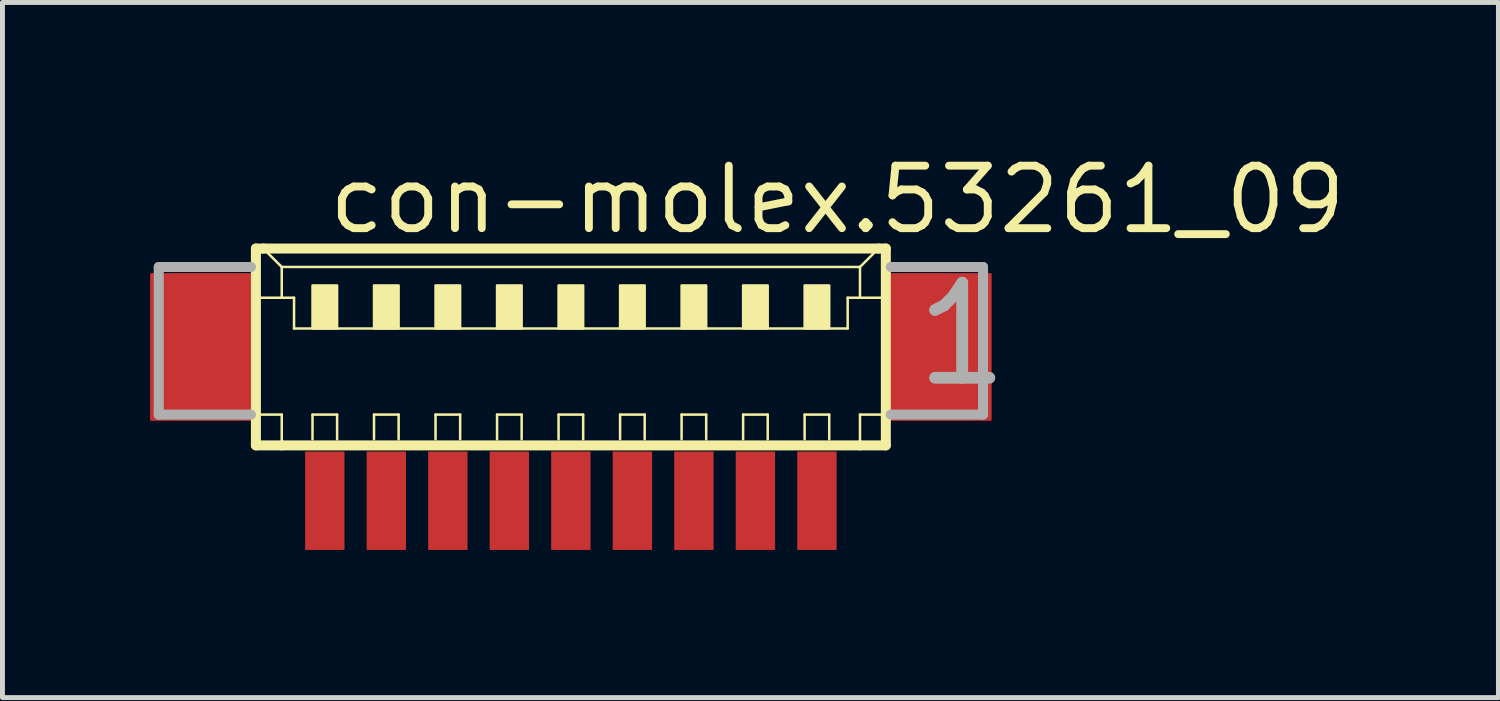
<source format=kicad_pcb>
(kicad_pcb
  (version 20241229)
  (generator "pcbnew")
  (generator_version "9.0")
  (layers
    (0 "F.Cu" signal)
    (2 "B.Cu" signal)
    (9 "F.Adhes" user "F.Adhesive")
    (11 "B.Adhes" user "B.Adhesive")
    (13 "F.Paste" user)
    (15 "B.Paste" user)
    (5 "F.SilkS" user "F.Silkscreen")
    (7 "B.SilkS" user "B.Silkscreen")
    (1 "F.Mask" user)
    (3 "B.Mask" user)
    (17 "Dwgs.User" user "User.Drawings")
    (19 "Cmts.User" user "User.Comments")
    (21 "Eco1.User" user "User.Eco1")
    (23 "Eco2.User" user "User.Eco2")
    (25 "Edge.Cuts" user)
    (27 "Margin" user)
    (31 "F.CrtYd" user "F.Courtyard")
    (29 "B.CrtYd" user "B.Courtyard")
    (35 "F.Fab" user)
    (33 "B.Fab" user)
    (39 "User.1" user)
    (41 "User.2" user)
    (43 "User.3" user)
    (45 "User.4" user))
  (footprint "con-molex.53261_09"
    (layer "F.Cu")
    (at 8.55 4.625)
    (property "Reference" "con-molex.53261_09" (at -5 -2.875 0) (layer "F.SilkS") (effects (font (size 1.27 1.27) (thickness 0.16)) (justify left bottom)))
    (attr smd)
    (fp_line (start -6.4 -2.625) (end -6.4 1.375) (stroke (width 0.203) (type default)) (layer "F.SilkS"))
    (fp_line (start -6.4 1.375) (end -5.875 1.375) (stroke (width 0.203) (type default)) (layer "F.SilkS"))
    (fp_line (start -6.375 -1.625) (end -5.875 -1.625) (stroke (width 0.051) (type default)) (layer "F.SilkS"))
    (fp_line (start -6.375 0.75) (end -5.875 0.75) (stroke (width 0.051) (type default)) (layer "F.SilkS"))
    (fp_line (start -6.25 -2.625) (end -6.4 -2.625) (stroke (width 0.203) (type default)) (layer "F.SilkS"))
    (fp_line (start -5.875 -2.25) (end -6.25 -2.625) (stroke (width 0.051) (type default)) (layer "F.SilkS"))
    (fp_line (start -5.875 -2.25) (end 5.875 -2.25) (stroke (width 0.051) (type default)) (layer "F.SilkS"))
    (fp_line (start -5.875 -1.625) (end -5.875 -2.25) (stroke (width 0.051) (type default)) (layer "F.SilkS"))
    (fp_line (start -5.875 -1.625) (end -5.625 -1.625) (stroke (width 0.051) (type default)) (layer "F.SilkS"))
    (fp_line (start -5.875 0.75) (end -5.875 1.375) (stroke (width 0.051) (type default)) (layer "F.SilkS"))
    (fp_line (start -5.875 1.375) (end 5.875 1.375) (stroke (width 0.203) (type default)) (layer "F.SilkS"))
    (fp_line (start -5.625 -1.625) (end -5.625 -1) (stroke (width 0.051) (type default)) (layer "F.SilkS"))
    (fp_line (start -5.625 -1) (end 5.625 -1) (stroke (width 0.051) (type default)) (layer "F.SilkS"))
    (fp_line (start -5.25 0.75) (end -4.75 0.75) (stroke (width 0.051) (type default)) (layer "F.SilkS"))
    (fp_line (start -5.25 1.25) (end -5.25 0.75) (stroke (width 0.051) (type default)) (layer "F.SilkS"))
    (fp_line (start -4.75 0.75) (end -4.75 1.25) (stroke (width 0.051) (type default)) (layer "F.SilkS"))
    (fp_line (start -4 0.75) (end -3.5 0.75) (stroke (width 0.051) (type default)) (layer "F.SilkS"))
    (fp_line (start -4 1.25) (end -4 0.75) (stroke (width 0.051) (type default)) (layer "F.SilkS"))
    (fp_line (start -3.5 0.75) (end -3.5 1.25) (stroke (width 0.051) (type default)) (layer "F.SilkS"))
    (fp_line (start -2.75 0.75) (end -2.25 0.75) (stroke (width 0.051) (type default)) (layer "F.SilkS"))
    (fp_line (start -2.75 1.25) (end -2.75 0.75) (stroke (width 0.051) (type default)) (layer "F.SilkS"))
    (fp_line (start -2.25 0.75) (end -2.25 1.25) (stroke (width 0.051) (type default)) (layer "F.SilkS"))
    (fp_line (start -1.5 0.75) (end -1 0.75) (stroke (width 0.051) (type default)) (layer "F.SilkS"))
    (fp_line (start -1.5 1.25) (end -1.5 0.75) (stroke (width 0.051) (type default)) (layer "F.SilkS"))
    (fp_line (start -1 0.75) (end -1 1.25) (stroke (width 0.051) (type default)) (layer "F.SilkS"))
    (fp_line (start -0.25 0.75) (end 0.25 0.75) (stroke (width 0.051) (type default)) (layer "F.SilkS"))
    (fp_line (start -0.25 1.25) (end -0.25 0.75) (stroke (width 0.051) (type default)) (layer "F.SilkS"))
    (fp_line (start 0.25 0.75) (end 0.25 1.25) (stroke (width 0.051) (type default)) (layer "F.SilkS"))
    (fp_line (start 1 0.75) (end 1.5 0.75) (stroke (width 0.051) (type default)) (layer "F.SilkS"))
    (fp_line (start 1 1.25) (end 1 0.75) (stroke (width 0.051) (type default)) (layer "F.SilkS"))
    (fp_line (start 1.5 0.75) (end 1.5 1.25) (stroke (width 0.051) (type default)) (layer "F.SilkS"))
    (fp_line (start 2.25 0.75) (end 2.75 0.75) (stroke (width 0.051) (type default)) (layer "F.SilkS"))
    (fp_line (start 2.25 1.25) (end 2.25 0.75) (stroke (width 0.051) (type default)) (layer "F.SilkS"))
    (fp_line (start 2.75 0.75) (end 2.75 1.25) (stroke (width 0.051) (type default)) (layer "F.SilkS"))
    (fp_line (start 3.5 0.75) (end 4 0.75) (stroke (width 0.051) (type default)) (layer "F.SilkS"))
    (fp_line (start 3.5 1.25) (end 3.5 0.75) (stroke (width 0.051) (type default)) (layer "F.SilkS"))
    (fp_line (start 4 0.75) (end 4 1.25) (stroke (width 0.051) (type default)) (layer "F.SilkS"))
    (fp_line (start 4.75 0.75) (end 5.25 0.75) (stroke (width 0.051) (type default)) (layer "F.SilkS"))
    (fp_line (start 4.75 1.25) (end 4.75 0.75) (stroke (width 0.051) (type default)) (layer "F.SilkS"))
    (fp_line (start 5.25 0.75) (end 5.25 1.25) (stroke (width 0.051) (type default)) (layer "F.SilkS"))
    (fp_line (start 5.625 -1.625) (end 5.625 -1) (stroke (width 0.051) (type default)) (layer "F.SilkS"))
    (fp_line (start 5.625 -1.625) (end 5.875 -1.625) (stroke (width 0.051) (type default)) (layer "F.SilkS"))
    (fp_line (start 5.875 -2.25) (end 5.875 -1.625) (stroke (width 0.051) (type default)) (layer "F.SilkS"))
    (fp_line (start 5.875 -2.25) (end 6.25 -2.625) (stroke (width 0.051) (type default)) (layer "F.SilkS"))
    (fp_line (start 5.875 -1.625) (end 6.375 -1.625) (stroke (width 0.051) (type default)) (layer "F.SilkS"))
    (fp_line (start 5.875 0.75) (end 5.875 1.375) (stroke (width 0.051) (type default)) (layer "F.SilkS"))
    (fp_line (start 5.875 0.75) (end 6.375 0.75) (stroke (width 0.051) (type default)) (layer "F.SilkS"))
    (fp_line (start 5.875 1.375) (end 6.4 1.375) (stroke (width 0.203) (type default)) (layer "F.SilkS"))
    (fp_line (start 6.25 -2.625) (end -6.25 -2.625) (stroke (width 0.203) (type default)) (layer "F.SilkS"))
    (fp_line (start 6.4 -2.625) (end 6.25 -2.625) (stroke (width 0.203) (type default)) (layer "F.SilkS"))
    (fp_line (start 6.4 1.375) (end 6.4 -2.625) (stroke (width 0.203) (type default)) (layer "F.SilkS"))
    (fp_rect (start -5.25 -1) (end -4.75 -1.875) (stroke (width 0.05) (type default)) (fill yes) (layer "F.SilkS"))
    (fp_rect (start -4 -1) (end -3.5 -1.875) (stroke (width 0.05) (type default)) (fill yes) (layer "F.SilkS"))
    (fp_rect (start -2.75 -1) (end -2.25 -1.875) (stroke (width 0.05) (type default)) (fill yes) (layer "F.SilkS"))
    (fp_rect (start -1.5 -1) (end -1 -1.875) (stroke (width 0.05) (type default)) (fill yes) (layer "F.SilkS"))
    (fp_rect (start -0.25 -1) (end 0.25 -1.875) (stroke (width 0.05) (type default)) (fill yes) (layer "F.SilkS"))
    (fp_rect (start 1 -1) (end 1.5 -1.875) (stroke (width 0.05) (type default)) (fill yes) (layer "F.SilkS"))
    (fp_rect (start 2.25 -1) (end 2.75 -1.875) (stroke (width 0.05) (type default)) (fill yes) (layer "F.SilkS"))
    (fp_rect (start 3.5 -1) (end 4 -1.875) (stroke (width 0.05) (type default)) (fill yes) (layer "F.SilkS"))
    (fp_rect (start 4.75 -1) (end 5.25 -1.875) (stroke (width 0.05) (type default)) (fill yes) (layer "F.SilkS"))
    (fp_line (start -8.375 -2.25) (end -8.375 0.75) (stroke (width 0.203) (type default)) (layer "F.Fab"))
    (fp_line (start -8.375 0.75) (end -6.5 0.75) (stroke (width 0.203) (type default)) (layer "F.Fab"))
    (fp_line (start -6.5 -2.25) (end -8.375 -2.25) (stroke (width 0.203) (type default)) (layer "F.Fab"))
    (fp_line (start 6.5 0.75) (end 8.375 0.75) (stroke (width 0.203) (type default)) (layer "F.Fab"))
    (fp_line (start 8.375 -2.25) (end 6.5 -2.25) (stroke (width 0.203) (type default)) (layer "F.Fab"))
    (fp_line (start 8.375 0.75) (end 8.375 -2.25) (stroke (width 0.203) (type default)) (layer "F.Fab"))
    (fp_text user "1" (at 6.875 0.25 0) (layer "F.Fab") (effects (font (size 1.93 1.93) (thickness 0.24)) (justify left bottom)))
    (pad "1" smd roundrect (at 5 2.5) (size 0.8 2) (layers "F.Cu" "F.Mask" "F.Paste") (roundrect_rratio 0.01))
    (pad "2" smd roundrect (at 3.75 2.5) (size 0.8 2) (layers "F.Cu" "F.Mask" "F.Paste") (roundrect_rratio 0.01))
    (pad "3" smd roundrect (at 2.5 2.5) (size 0.8 2) (layers "F.Cu" "F.Mask" "F.Paste") (roundrect_rratio 0.01))
    (pad "4" smd roundrect (at 1.25 2.5) (size 0.8 2) (layers "F.Cu" "F.Mask" "F.Paste") (roundrect_rratio 0.01))
    (pad "5" smd roundrect (at 0 2.5) (size 0.8 2) (layers "F.Cu" "F.Mask" "F.Paste") (roundrect_rratio 0.01))
    (pad "6" smd roundrect (at -1.25 2.5) (size 0.8 2) (layers "F.Cu" "F.Mask" "F.Paste") (roundrect_rratio 0.01))
    (pad "7" smd roundrect (at -2.5 2.5) (size 0.8 2) (layers "F.Cu" "F.Mask" "F.Paste") (roundrect_rratio 0.01))
    (pad "8" smd roundrect (at -3.75 2.5) (size 0.8 2) (layers "F.Cu" "F.Mask" "F.Paste") (roundrect_rratio 0.01))
    (pad "9" smd roundrect (at -5 2.5) (size 0.8 2) (layers "F.Cu" "F.Mask" "F.Paste") (roundrect_rratio 0.01))
    (pad "S1" smd roundrect (at 7.5 -0.625) (size 2.1 3) (layers "F.Cu" "F.Mask" "F.Paste") (roundrect_rratio 0.01))
    (pad "S2" smd roundrect (at -7.5 -0.625) (size 2.1 3) (layers "F.Cu" "F.Mask" "F.Paste") (roundrect_rratio 0.01)))
  (gr_rect
    (start -3 -3)
    (end 27.398 11.125)
    (stroke (width 0.1) (type default))
    (fill no)
    (layer "Edge.Cuts")))
</source>
